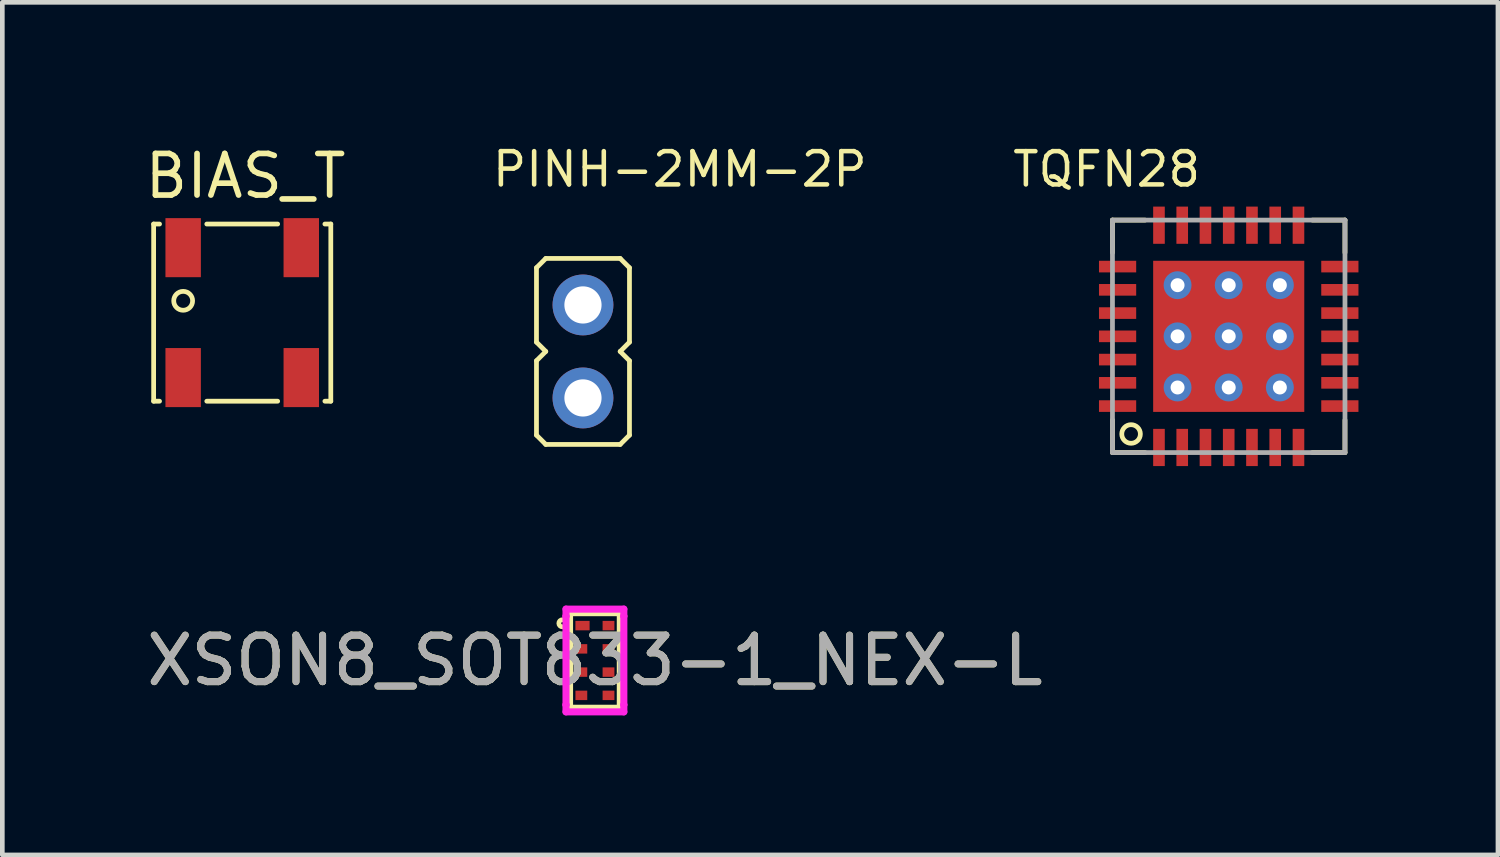
<source format=kicad_pcb>
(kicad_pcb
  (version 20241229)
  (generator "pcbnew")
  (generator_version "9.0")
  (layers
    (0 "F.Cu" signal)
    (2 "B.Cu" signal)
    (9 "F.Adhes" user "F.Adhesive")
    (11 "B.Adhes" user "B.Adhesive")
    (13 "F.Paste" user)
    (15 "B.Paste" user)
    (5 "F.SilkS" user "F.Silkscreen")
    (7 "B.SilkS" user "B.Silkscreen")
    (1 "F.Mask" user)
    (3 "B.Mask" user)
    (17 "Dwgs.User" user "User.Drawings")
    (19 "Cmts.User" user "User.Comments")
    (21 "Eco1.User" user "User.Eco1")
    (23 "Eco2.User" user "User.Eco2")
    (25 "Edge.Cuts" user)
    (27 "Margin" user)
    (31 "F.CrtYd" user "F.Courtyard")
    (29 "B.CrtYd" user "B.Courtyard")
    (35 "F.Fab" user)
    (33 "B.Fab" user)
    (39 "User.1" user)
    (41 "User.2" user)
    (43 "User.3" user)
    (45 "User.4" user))
  (footprint "XSON8_SOT833-1_NEX-L"
    (layer "F.Cu")
    (at 9.744 11.154)
    (property "Reference" "XSON8_SOT833-1_NEX-L" (at 0 0 0) (unlocked yes) (layer "F.SilkS") (effects (font (size 1 1) (thickness 0.15))))
    (attr smd)
    (fp_line (start -0.521 -1.003) (end -0.521 1.003) (stroke (width 0.102) (type solid)) (layer "F.SilkS"))
    (fp_line (start -0.521 1.003) (end 0.521 1.003) (stroke (width 0.102) (type solid)) (layer "F.SilkS"))
    (fp_line (start 0.521 -1.003) (end -0.521 -1.003) (stroke (width 0.102) (type solid)) (layer "F.SilkS"))
    (fp_line (start 0.521 1.003) (end 0.521 -1.003) (stroke (width 0.102) (type solid)) (layer "F.SilkS"))
    (fp_circle (center -0.7 -0.8) (end -0.624 -0.8) (stroke (width 0.102) (type solid)) (fill no) (layer "F.SilkS"))
    (fp_line (start -0.622 -1.105) (end 0.622 -1.105) (stroke (width 0.152) (type solid)) (layer "F.CrtYd"))
    (fp_line (start -0.622 -0.953) (end -0.622 -1.105) (stroke (width 0.152) (type solid)) (layer "F.CrtYd"))
    (fp_line (start -0.622 -0.953) (end -0.622 -0.953) (stroke (width 0.152) (type solid)) (layer "F.CrtYd"))
    (fp_line (start -0.622 0.953) (end -0.622 -0.953) (stroke (width 0.152) (type solid)) (layer "F.CrtYd"))
    (fp_line (start -0.622 0.953) (end -0.622 0.953) (stroke (width 0.152) (type solid)) (layer "F.CrtYd"))
    (fp_line (start -0.622 1.105) (end -0.622 0.953) (stroke (width 0.152) (type solid)) (layer "F.CrtYd"))
    (fp_line (start 0.622 -1.105) (end 0.622 -0.953) (stroke (width 0.152) (type solid)) (layer "F.CrtYd"))
    (fp_line (start 0.622 -0.953) (end 0.622 -0.953) (stroke (width 0.152) (type solid)) (layer "F.CrtYd"))
    (fp_line (start 0.622 -0.953) (end 0.622 0.953) (stroke (width 0.152) (type solid)) (layer "F.CrtYd"))
    (fp_line (start 0.622 0.953) (end 0.622 0.953) (stroke (width 0.152) (type solid)) (layer "F.CrtYd"))
    (fp_line (start 0.622 0.953) (end 0.622 1.105) (stroke (width 0.152) (type solid)) (layer "F.CrtYd"))
    (fp_line (start 0.622 1.105) (end -0.622 1.105) (stroke (width 0.152) (type solid)) (layer "F.CrtYd"))
    (fp_text user "${REFERENCE}" (at 0 0 0) (unlocked yes) (layer "F.Fab") (effects (font (size 1 1) (thickness 0.15))))
    (pad "1" smd rect (at -0.267 -0.75) (size 0.305 0.203) (layers "F.Cu" "F.Mask" "F.Paste"))
    (pad "2" smd rect (at -0.292 -0.25) (size 0.254 0.203) (layers "F.Cu" "F.Mask" "F.Paste"))
    (pad "3" smd rect (at -0.292 0.25) (size 0.254 0.203) (layers "F.Cu" "F.Mask" "F.Paste"))
    (pad "4" smd rect (at -0.292 0.75) (size 0.254 0.203) (layers "F.Cu" "F.Mask" "F.Paste"))
    (pad "5" smd rect (at 0.292 0.75) (size 0.254 0.203) (layers "F.Cu" "F.Mask" "F.Paste"))
    (pad "6" smd rect (at 0.292 0.25) (size 0.254 0.203) (layers "F.Cu" "F.Mask" "F.Paste"))
    (pad "7" smd rect (at 0.292 -0.25) (size 0.254 0.203) (layers "F.Cu" "F.Mask" "F.Paste"))
    (pad "8" smd rect (at 0.292 -0.75) (size 0.254 0.203) (layers "F.Cu" "F.Mask" "F.Paste")))
  (footprint "BIAS_T"
    (layer "F.Cu")
    (at 2.159 3.673)
    (property "Reference" "BIAS_T" (at -2.159 -2.413 0) (layer "F.SilkS") (effects (font (size 0.894 0.894) (thickness 0.122)) (justify left bottom)))
    (fp_line (start -1.905 -1.905) (end -1.905 1.905) (stroke (width 0.102) (type solid)) (layer "F.SilkS"))
    (fp_line (start -1.905 -1.905) (end -1.778 -1.905) (stroke (width 0.102) (type solid)) (layer "F.SilkS"))
    (fp_line (start -1.905 1.905) (end -1.778 1.905) (stroke (width 0.102) (type solid)) (layer "F.SilkS"))
    (fp_line (start -0.762 -1.905) (end 0.762 -1.905) (stroke (width 0.102) (type solid)) (layer "F.SilkS"))
    (fp_line (start -0.762 1.905) (end 0.762 1.905) (stroke (width 0.102) (type solid)) (layer "F.SilkS"))
    (fp_line (start 1.905 -1.905) (end 1.778 -1.905) (stroke (width 0.102) (type solid)) (layer "F.SilkS"))
    (fp_line (start 1.905 1.905) (end 1.778 1.905) (stroke (width 0.102) (type solid)) (layer "F.SilkS"))
    (fp_line (start 1.905 1.905) (end 1.905 -1.905) (stroke (width 0.102) (type solid)) (layer "F.SilkS"))
    (fp_circle (center -1.27 -0.254) (end -1.067 -0.254) (stroke (width 0.102) (type solid)) (fill no) (layer "F.SilkS"))
    (pad "1" smd rect (at -1.27 -1.397) (size 0.762 1.27) (layers "F.Cu" "F.Mask" "F.Paste"))
    (pad "2" smd rect (at 1.27 -1.397) (size 0.762 1.27) (layers "F.Cu" "F.Mask" "F.Paste"))
    (pad "3" smd rect (at 1.27 1.397) (size 0.762 1.27) (layers "F.Cu" "F.Mask" "F.Paste"))
    (pad "4" smd rect (at -1.27 1.397) (size 0.762 1.27) (layers "F.Cu" "F.Mask" "F.Paste")))
  (footprint "TQFN28"
    (layer "F.Cu")
    (at 23.374 4.183)
    (property "Reference" "TQFN28" (at -4.699 -3.175 0) (layer "F.SilkS") (effects (font (size 0.715 0.715) (thickness 0.098)) (justify left bottom)))
    (fp_line (start -2.5 -2.5) (end -2.5 -1.8) (stroke (width 0.102) (type solid)) (layer "F.SilkS"))
    (fp_line (start -2.5 1.8) (end -2.5 2.5) (stroke (width 0.102) (type solid)) (layer "F.SilkS"))
    (fp_line (start -1.8 -2.5) (end -2.5 -2.5) (stroke (width 0.102) (type solid)) (layer "F.SilkS"))
    (fp_line (start -1.8 2.5) (end -2.5 2.5) (stroke (width 0.102) (type solid)) (layer "F.SilkS"))
    (fp_line (start 1.8 -2.5) (end 2.5 -2.5) (stroke (width 0.102) (type solid)) (layer "F.SilkS"))
    (fp_line (start 1.8 2.5) (end 2.5 2.5) (stroke (width 0.102) (type solid)) (layer "F.SilkS"))
    (fp_line (start 2.5 -1.8) (end 2.5 -2.5) (stroke (width 0.102) (type solid)) (layer "F.SilkS"))
    (fp_line (start 2.5 1.8) (end 2.5 2.5) (stroke (width 0.102) (type solid)) (layer "F.SilkS"))
    (fp_circle (center -2.1 2.1) (end -1.9 2.1) (stroke (width 0.102) (type solid)) (fill no) (layer "F.SilkS"))
    (fp_line (start -2.5 -2.5) (end -2.5 2.5) (stroke (width 0.102) (type solid)) (layer "F.Fab"))
    (fp_line (start -2.5 2.5) (end 2.5 2.5) (stroke (width 0.102) (type solid)) (layer "F.Fab"))
    (fp_line (start 2.5 -2.5) (end -2.5 -2.5) (stroke (width 0.102) (type solid)) (layer "F.Fab"))
    (fp_line (start 2.5 2.5) (end 2.5 -2.5) (stroke (width 0.102) (type solid)) (layer "F.Fab"))
    (pad "1" smd rect (at -1.5 2.39 90) (size 0.8 0.25) (layers "F.Cu" "F.Mask" "F.Paste"))
    (pad "2" smd rect (at -1 2.39 90) (size 0.8 0.25) (layers "F.Cu" "F.Mask" "F.Paste"))
    (pad "3" smd rect (at -0.5 2.39 90) (size 0.8 0.25) (layers "F.Cu" "F.Mask" "F.Paste"))
    (pad "4" smd rect (at 0 2.39 90) (size 0.8 0.25) (layers "F.Cu" "F.Mask" "F.Paste"))
    (pad "5" smd rect (at 0.5 2.39 90) (size 0.8 0.25) (layers "F.Cu" "F.Mask" "F.Paste"))
    (pad "6" smd rect (at 1 2.39 90) (size 0.8 0.25) (layers "F.Cu" "F.Mask" "F.Paste"))
    (pad "7" smd rect (at 1.5 2.39 90) (size 0.8 0.25) (layers "F.Cu" "F.Mask" "F.Paste"))
    (pad "8" smd rect (at 2.39 1.5) (size 0.8 0.25) (layers "F.Cu" "F.Mask" "F.Paste"))
    (pad "9" smd rect (at 2.39 1) (size 0.8 0.25) (layers "F.Cu" "F.Mask" "F.Paste"))
    (pad "10" smd rect (at 2.39 0.5) (size 0.8 0.25) (layers "F.Cu" "F.Mask" "F.Paste"))
    (pad "11" smd rect (at 2.39 0) (size 0.8 0.25) (layers "F.Cu" "F.Mask" "F.Paste"))
    (pad "12" smd rect (at 2.39 -0.5) (size 0.8 0.25) (layers "F.Cu" "F.Mask" "F.Paste"))
    (pad "13" smd rect (at 2.39 -1) (size 0.8 0.25) (layers "F.Cu" "F.Mask" "F.Paste"))
    (pad "14" smd rect (at 2.39 -1.5) (size 0.8 0.25) (layers "F.Cu" "F.Mask" "F.Paste"))
    (pad "15" smd rect (at 1.5 -2.39 90) (size 0.8 0.25) (layers "F.Cu" "F.Mask" "F.Paste"))
    (pad "16" smd rect (at 1 -2.39 90) (size 0.8 0.25) (layers "F.Cu" "F.Mask" "F.Paste"))
    (pad "17" smd rect (at 0.5 -2.39 90) (size 0.8 0.25) (layers "F.Cu" "F.Mask" "F.Paste"))
    (pad "18" smd rect (at 0 -2.39 90) (size 0.8 0.25) (layers "F.Cu" "F.Mask" "F.Paste"))
    (pad "19" smd rect (at -0.5 -2.39 90) (size 0.8 0.25) (layers "F.Cu" "F.Mask" "F.Paste"))
    (pad "20" smd rect (at -1 -2.39 90) (size 0.8 0.25) (layers "F.Cu" "F.Mask" "F.Paste"))
    (pad "21" smd rect (at -1.5 -2.39 90) (size 0.8 0.25) (layers "F.Cu" "F.Mask" "F.Paste"))
    (pad "22" smd rect (at -2.39 -1.5) (size 0.8 0.25) (layers "F.Cu" "F.Mask" "F.Paste"))
    (pad "23" smd rect (at -2.39 -1) (size 0.8 0.25) (layers "F.Cu" "F.Mask" "F.Paste"))
    (pad "24" smd rect (at -2.39 -0.5) (size 0.8 0.25) (layers "F.Cu" "F.Mask" "F.Paste"))
    (pad "25" smd rect (at -2.39 0) (size 0.8 0.25) (layers "F.Cu" "F.Mask" "F.Paste"))
    (pad "26" smd rect (at -2.39 0.5) (size 0.8 0.25) (layers "F.Cu" "F.Mask" "F.Paste"))
    (pad "27" smd rect (at -2.39 1) (size 0.8 0.25) (layers "F.Cu" "F.Mask" "F.Paste"))
    (pad "28" smd rect (at -2.39 1.5) (size 0.8 0.25) (layers "F.Cu" "F.Mask" "F.Paste"))
    (pad "C1" smd rect (at -0.85 0.85) (size 1.2 1.2) (layers "F.Cu" "F.Paste"))
    (pad "C2" smd rect (at 0.85 0.85) (size 1.2 1.2) (layers "F.Cu" "F.Paste"))
    (pad "C3" smd rect (at -0.85 -0.85 180) (size 1.2 1.2) (layers "F.Cu" "F.Paste"))
    (pad "C4" smd rect (at 0.85 -0.85 180) (size 1.2 1.2) (layers "F.Cu" "F.Paste"))
    (pad "EP" smd rect (at 0 0) (size 3.25 3.25) (layers "F.Cu" "F.Mask"))
    (pad "V1" thru_hole circle (at -1.1 1.1) (size 0.6 0.6) (drill 0.3) (layers "*.Cu"))
    (pad "V2" thru_hole circle (at 0 1.1) (size 0.6 0.6) (drill 0.3) (layers "*.Cu"))
    (pad "V3" thru_hole circle (at 1.1 1.1) (size 0.6 0.6) (drill 0.3) (layers "*.Cu"))
    (pad "V4" thru_hole circle (at -1.1 0) (size 0.6 0.6) (drill 0.3) (layers "*.Cu"))
    (pad "V5" thru_hole circle (at 0 0) (size 0.6 0.6) (drill 0.3) (layers "*.Cu"))
    (pad "V6" thru_hole circle (at 1.1 0) (size 0.6 0.6) (drill 0.3) (layers "*.Cu"))
    (pad "V7" thru_hole circle (at -1.1 -1.1) (size 0.6 0.6) (drill 0.3) (layers "*.Cu"))
    (pad "V8" thru_hole circle (at 0 -1.1) (size 0.6 0.6) (drill 0.3) (layers "*.Cu"))
    (pad "V9" thru_hole circle (at 1.1 -1.1) (size 0.6 0.6) (drill 0.3) (layers "*.Cu")))
  (footprint "PINH-2MM-2P"
    (layer "F.Cu")
    (at 9.487 4.508)
    (property "Reference" "PINH-2MM-2P" (at -2 -3.5 0) (layer "F.SilkS") (effects (font (size 0.715 0.715) (thickness 0.098)) (justify left bottom)))
    (fp_line (start -1 -0.2) (end -1 -1.8) (stroke (width 0.102) (type solid)) (layer "F.SilkS"))
    (fp_line (start -1 -0.2) (end -0.8 0) (stroke (width 0.102) (type solid)) (layer "F.SilkS"))
    (fp_line (start -1 1.8) (end -1 0.2) (stroke (width 0.102) (type solid)) (layer "F.SilkS"))
    (fp_line (start -1 1.8) (end -0.8 2) (stroke (width 0.102) (type solid)) (layer "F.SilkS"))
    (fp_line (start -0.8 -2) (end -1 -1.8) (stroke (width 0.102) (type solid)) (layer "F.SilkS"))
    (fp_line (start -0.8 -2) (end 0.8 -2) (stroke (width 0.102) (type solid)) (layer "F.SilkS"))
    (fp_line (start -0.8 0) (end -1 0.2) (stroke (width 0.102) (type solid)) (layer "F.SilkS"))
    (fp_line (start 0.8 -2) (end 1 -1.8) (stroke (width 0.102) (type solid)) (layer "F.SilkS"))
    (fp_line (start 0.8 0) (end 1 -0.2) (stroke (width 0.102) (type solid)) (layer "F.SilkS"))
    (fp_line (start 0.8 2) (end -0.8 2) (stroke (width 0.102) (type solid)) (layer "F.SilkS"))
    (fp_line (start 0.8 2) (end 1 1.8) (stroke (width 0.102) (type solid)) (layer "F.SilkS"))
    (fp_line (start 1 -0.2) (end 1 -1.8) (stroke (width 0.102) (type solid)) (layer "F.SilkS"))
    (fp_line (start 1 0.2) (end 0.8 0) (stroke (width 0.102) (type solid)) (layer "F.SilkS"))
    (fp_line (start 1 0.2) (end 1 1.8) (stroke (width 0.102) (type solid)) (layer "F.SilkS"))
    (pad "1" thru_hole circle (at 0 1) (size 1.308 1.308) (drill 0.8) (layers "*.Cu" "*.Mask"))
    (pad "2" thru_hole circle (at 0 -1) (size 1.308 1.308) (drill 0.8) (layers "*.Cu" "*.Mask")))
  (gr_rect
    (start -3 -3)
    (end 29.164 15.335)
    (stroke (width 0.1) (type default))
    (fill no)
    (layer "Edge.Cuts")))
</source>
